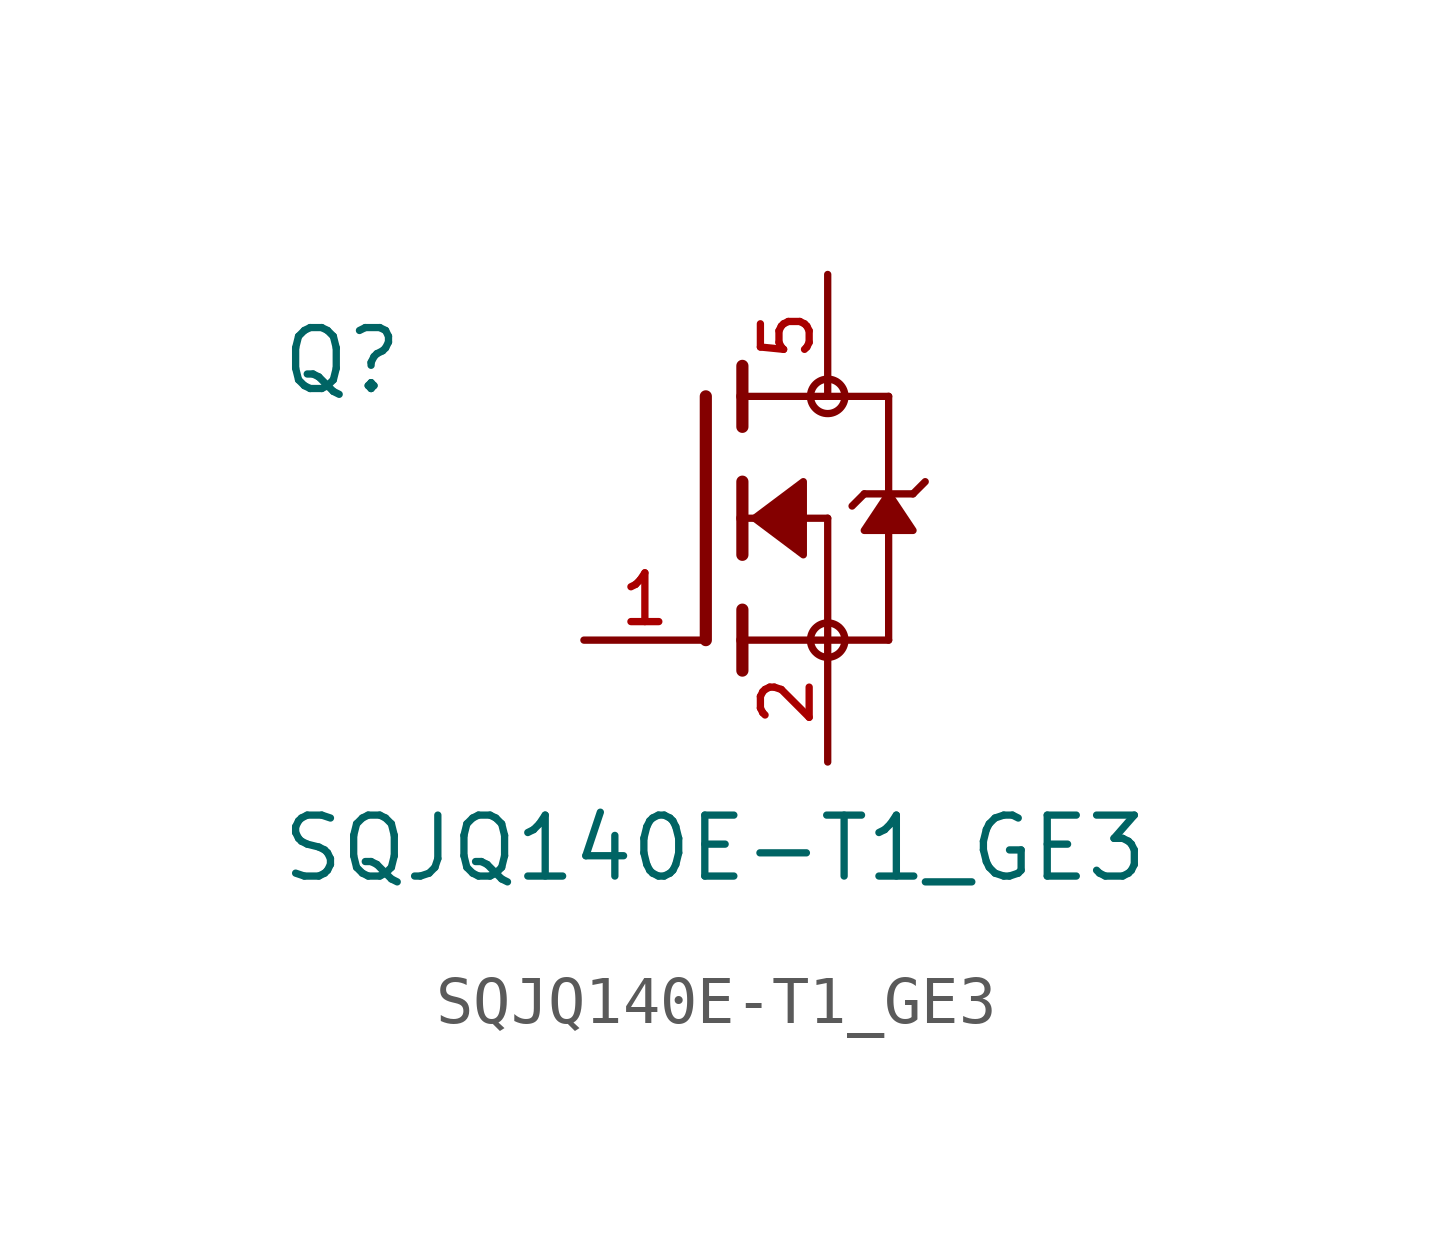
<source format=kicad_sym>
(kicad_symbol_lib
  (version 20231120)
  (generator "kicad_symbol_editor")
  (generator_version "8.0")
  (symbol "SQJQ140E-T1_GE3"
    (pin_names
      (offset 1.016))
    (property "Reference" "Q"
      (at -8.89 2.54 0)
      (effects (font (size 1.27 1.27)) (justify left bottom)))
    (property "Value" "SQJQ140E-T1_GE3"
      (at -8.89 -7.62 0)
      (effects (font (size 1.27 1.27)) (justify left bottom)))
    (symbol "SQJQ140E-T1_GE3_0_0"
      (polyline (pts (xy 0 2.54) (xy 0 -2.54)) (stroke (width 0.254) (type default)) (fill (type none)))
      (polyline (pts (xy 0.762 -2.54) (xy 0.762 -3.175)) (stroke (width 0.254) (type default)) (fill (type none)))
      (polyline (pts (xy 0.762 -1.905) (xy 0.762 -2.54)) (stroke (width 0.254) (type default)) (fill (type none)))
      (polyline (pts (xy 0.762 0) (xy 0.762 -0.762)) (stroke (width 0.254) (type default)) (fill (type none)))
      (polyline (pts (xy 0.762 0) (xy 2.54 0)) (stroke (width 0.152) (type default)) (fill (type none)))
      (polyline (pts (xy 0.762 0.762) (xy 0.762 0)) (stroke (width 0.254) (type default)) (fill (type none)))
      (polyline (pts (xy 0.762 2.54) (xy 0.762 1.905)) (stroke (width 0.254) (type default)) (fill (type none)))
      (polyline (pts (xy 0.762 2.54) (xy 3.81 2.54)) (stroke (width 0.152) (type default)) (fill (type none)))
      (polyline (pts (xy 0.762 3.175) (xy 0.762 2.54)) (stroke (width 0.254) (type default)) (fill (type none)))
      (polyline (pts (xy 2.54 -2.54) (xy 0.762 -2.54)) (stroke (width 0.152) (type default)) (fill (type none)))
      (polyline (pts (xy 2.54 -2.54) (xy 3.81 -2.54)) (stroke (width 0.152) (type default)) (fill (type none)))
      (polyline (pts (xy 2.54 0) (xy 2.54 -2.54)) (stroke (width 0.152) (type default)) (fill (type none)))
      (polyline (pts (xy 3.302 0.508) (xy 3.048 0.254)) (stroke (width 0.152) (type default)) (fill (type none)))
      (polyline (pts (xy 3.81 0.508) (xy 3.302 0.508)) (stroke (width 0.152) (type default)) (fill (type none)))
      (polyline (pts (xy 3.81 0.508) (xy 3.81 -2.54)) (stroke (width 0.152) (type default)) (fill (type none)))
      (polyline (pts (xy 3.81 2.54) (xy 3.81 0.508)) (stroke (width 0.152) (type default)) (fill (type none)))
      (polyline (pts (xy 4.318 0.508) (xy 3.81 0.508)) (stroke (width 0.152) (type default)) (fill (type none)))
      (polyline (pts (xy 4.572 0.762) (xy 4.318 0.508)) (stroke (width 0.152) (type default)) (fill (type none)))
      (polyline (pts (xy 1.016 0) (xy 2.032 0.762) (xy 2.032 -0.762) (xy 1.016 0)) (stroke (width 0.152) (type default)) (fill (type outline)))
      (polyline (pts (xy 3.81 0.508) (xy 3.302 -0.254) (xy 4.318 -0.254) (xy 3.81 0.508)) (stroke (width 0.152) (type default)) (fill (type outline)))
      (circle (center 2.54 -2.54) (radius 0.359) (stroke (width 0) (type default)) (fill (type none)))
      (circle (center 2.54 2.54) (radius 0.359) (stroke (width 0) (type default)) (fill (type none)))
      (pin passive line (at -2.54 -2.54 0) (length 2.54) (name "~" (effects (font (size 1.016 1.016)))) (number "1" (effects (font (size 1.016 1.016)))))
      (pin passive line (at 2.54 -5.08 90) (length 2.54) (name "~" (effects (font (size 1.016 1.016)))) (number "2" (effects (font (size 1.016 1.016)))))
      (pin passive line (at 2.54 5.08 270) (length 2.54) (name "~" (effects (font (size 1.016 1.016)))) (number "5" (effects (font (size 1.016 1.016))))))
    (symbol "SQJQ140E-T1_GE3_1_0"
      (pin passive line (at 2.54 -5.08 90) (length 2.54) hide (name "~" (effects (font (size 1.016 1.016)))) (number "3" (effects (font (size 1.016 1.016)))))
      (pin passive line (at 2.54 -5.08 90) (length 2.54) hide (name "~" (effects (font (size 1.016 1.016)))) (number "4" (effects (font (size 1.016 1.016))))))))
</source>
